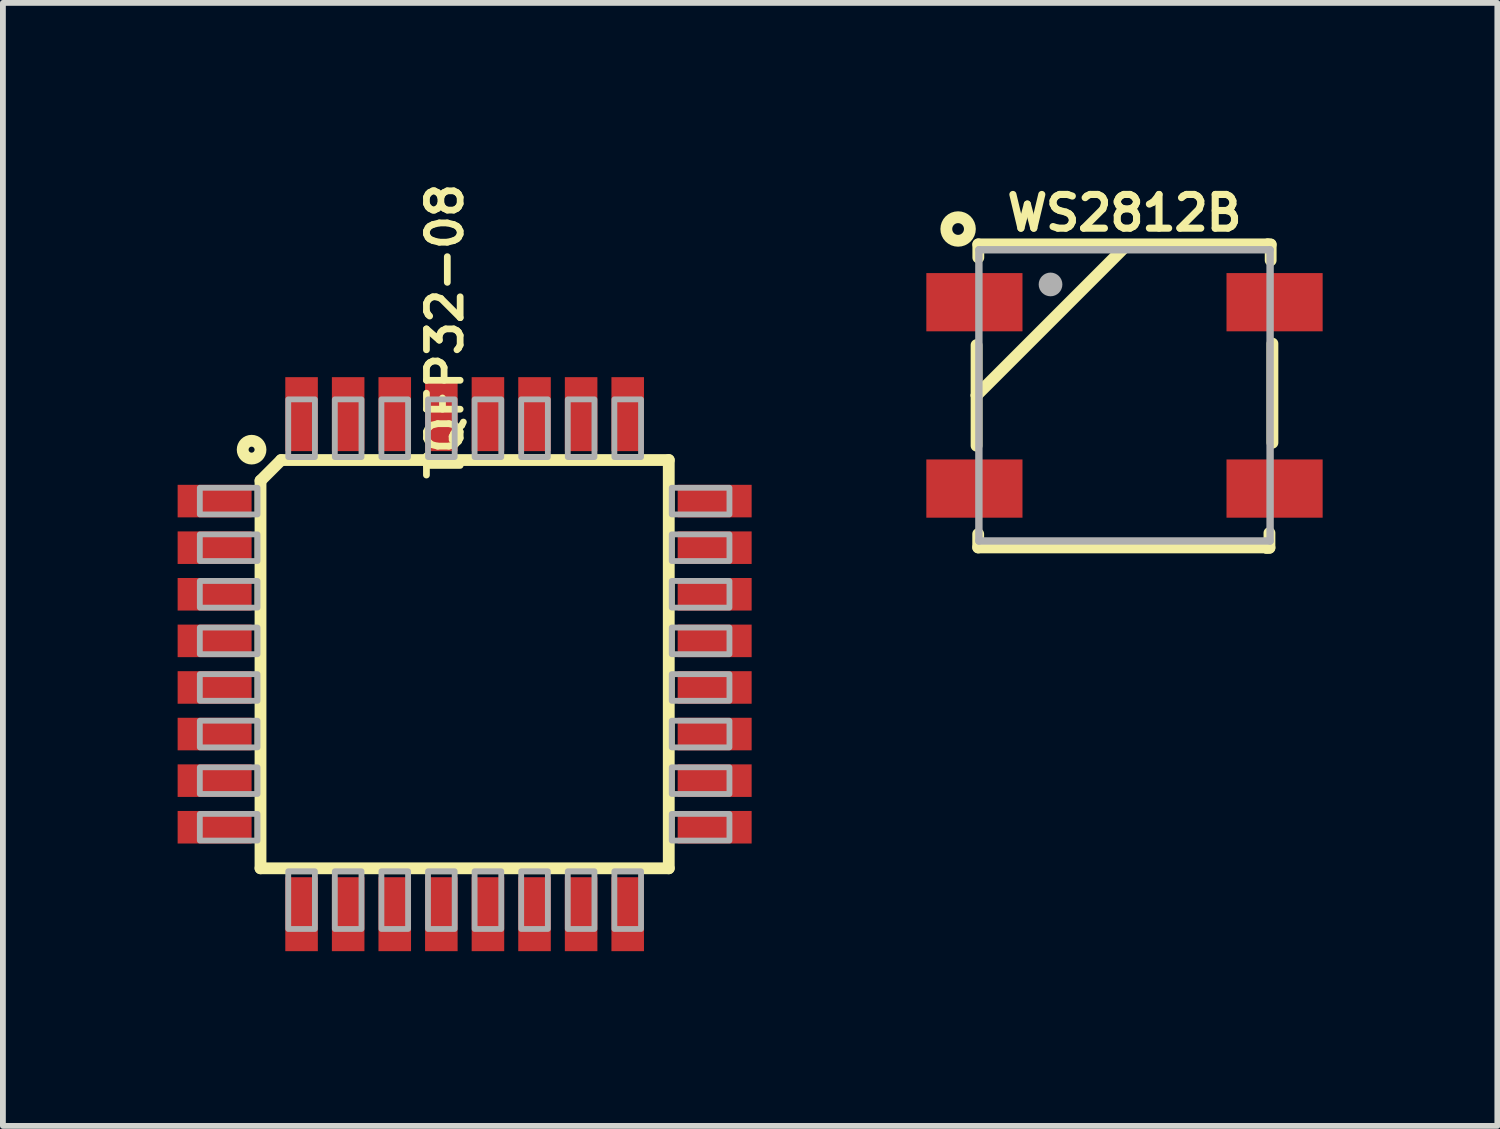
<source format=kicad_pcb>
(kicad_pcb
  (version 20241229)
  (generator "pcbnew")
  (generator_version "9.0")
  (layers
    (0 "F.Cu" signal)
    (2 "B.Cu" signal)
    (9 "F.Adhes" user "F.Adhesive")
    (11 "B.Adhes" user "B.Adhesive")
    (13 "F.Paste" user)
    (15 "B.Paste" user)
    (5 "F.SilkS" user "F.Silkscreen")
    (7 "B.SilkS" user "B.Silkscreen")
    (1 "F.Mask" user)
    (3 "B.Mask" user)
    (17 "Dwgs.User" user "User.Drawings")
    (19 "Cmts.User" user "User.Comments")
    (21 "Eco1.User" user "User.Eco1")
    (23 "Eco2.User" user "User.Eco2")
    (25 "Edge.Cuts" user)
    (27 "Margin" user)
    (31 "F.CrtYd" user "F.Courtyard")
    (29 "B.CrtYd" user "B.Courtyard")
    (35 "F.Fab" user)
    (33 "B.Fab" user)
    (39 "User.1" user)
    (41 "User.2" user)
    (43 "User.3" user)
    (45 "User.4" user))
  (footprint "WS2812B"
    (layer "F.Cu")
    (at 16.258 3.739)
    (property "Reference" "WS2812B" (at 0.000001 -2.794 0) (layer "F.SilkS") (effects (font (size 0.579 0.579) (thickness 0.122)) (justify bottom)))
    (attr through_hole)
    (fp_line (start -2.54 0) (end -2.54 -0.864) (stroke (width 0.203) (type solid)) (layer "F.SilkS"))
    (fp_line (start -2.54 0) (end 0 -2.54) (stroke (width 0.203) (type solid)) (layer "F.SilkS"))
    (fp_line (start -2.54 0.864) (end -2.54 0) (stroke (width 0.203) (type solid)) (layer "F.SilkS"))
    (fp_line (start -2.512 2.611) (end -2.512 2.38) (stroke (width 0.203) (type solid)) (layer "F.SilkS"))
    (fp_line (start -2.51 -2.593) (end -2.51 -2.367) (stroke (width 0.203) (type solid)) (layer "F.SilkS"))
    (fp_line (start 2.438 2.611) (end -2.512 2.611) (stroke (width 0.203) (type solid)) (layer "F.SilkS"))
    (fp_line (start 2.438 2.616) (end 2.438 2.611) (stroke (width 0.203) (type solid)) (layer "F.SilkS"))
    (fp_line (start 2.459 -2.593) (end -2.51 -2.593) (stroke (width 0.203) (type solid)) (layer "F.SilkS"))
    (fp_line (start 2.459 -2.591) (end 2.459 -2.593) (stroke (width 0.203) (type solid)) (layer "F.SilkS"))
    (fp_line (start 2.489 2.362) (end 2.489 2.616) (stroke (width 0.203) (type solid)) (layer "F.SilkS"))
    (fp_line (start 2.489 2.616) (end 2.438 2.616) (stroke (width 0.203) (type solid)) (layer "F.SilkS"))
    (fp_line (start 2.51 -2.591) (end 2.459 -2.591) (stroke (width 0.203) (type solid)) (layer "F.SilkS"))
    (fp_line (start 2.51 -2.319) (end 2.51 -2.591) (stroke (width 0.203) (type solid)) (layer "F.SilkS"))
    (fp_line (start 2.54 -0.889) (end 2.54 0.813) (stroke (width 0.203) (type solid)) (layer "F.SilkS"))
    (fp_circle (center -2.857 -2.857) (end -2.756 -2.857) (stroke (width 0.203) (type solid)) (fill no) (layer "F.SilkS"))
    (fp_line (start -2.5 -2.5) (end -2.5 2.5) (stroke (width 0.127) (type solid)) (layer "F.Fab"))
    (fp_line (start -2.5 2.5) (end 2.5 2.5) (stroke (width 0.127) (type solid)) (layer "F.Fab"))
    (fp_line (start 2.5 -2.5) (end -2.5 -2.5) (stroke (width 0.127) (type solid)) (layer "F.Fab"))
    (fp_line (start 2.5 2.5) (end 2.5 -2.5) (stroke (width 0.127) (type solid)) (layer "F.Fab"))
    (fp_circle (center -1.27 -1.905) (end -1.168 -1.905) (stroke (width 0.203) (type solid)) (fill no) (layer "F.Fab"))
    (pad "1" smd rect (at 2.577 1.6 180) (size 1.651 1) (layers "F.Cu" "F.Mask" "F.Paste"))
    (pad "2" smd rect (at 2.577 -1.6 180) (size 1.651 1) (layers "F.Cu" "F.Mask" "F.Paste"))
    (pad "3" smd rect (at -2.577 -1.6 180) (size 1.651 1) (layers "F.Cu" "F.Mask" "F.Paste"))
    (pad "4" smd rect (at -2.577 1.6 180) (size 1.651 1) (layers "F.Cu" "F.Mask" "F.Paste")))
  (footprint "TQFP32-08"
    (layer "F.Cu")
    (at 4.928 8.354)
    (property "Reference" "TQFP32-08" (at 0.000002 -5.715 270) (layer "F.SilkS") (effects (font (size 0.579 0.579) (thickness 0.116)) (justify bottom)))
    (attr through_hole)
    (fp_line (start -3.505 3.505) (end -3.505 -3.15) (stroke (width 0.203) (type solid)) (layer "F.SilkS"))
    (fp_line (start -3.15 -3.505) (end -3.505 -3.15) (stroke (width 0.203) (type solid)) (layer "F.SilkS"))
    (fp_line (start -3.15 -3.505) (end 3.505 -3.505) (stroke (width 0.203) (type solid)) (layer "F.SilkS"))
    (fp_line (start 3.505 -3.505) (end 3.505 3.505) (stroke (width 0.203) (type solid)) (layer "F.SilkS"))
    (fp_line (start 3.505 3.505) (end -3.505 3.505) (stroke (width 0.203) (type solid)) (layer "F.SilkS"))
    (fp_circle (center -3.658 -3.683) (end -3.505 -3.683) (stroke (width 0.203) (type solid)) (fill no) (layer "F.SilkS"))
    (fp_poly (pts (xy -4.547 -2.571) (xy -3.556 -2.571) (xy -3.556 -3.029) (xy -4.547 -3.029)) (stroke (width 0.1) (type solid)) (fill no) (layer "F.Fab"))
    (fp_poly (pts (xy -4.547 -1.771) (xy -3.556 -1.771) (xy -3.556 -2.229) (xy -4.547 -2.229)) (stroke (width 0.1) (type solid)) (fill no) (layer "F.Fab"))
    (fp_poly (pts (xy -4.547 -0.971) (xy -3.556 -0.971) (xy -3.556 -1.429) (xy -4.547 -1.429)) (stroke (width 0.1) (type solid)) (fill no) (layer "F.Fab"))
    (fp_poly (pts (xy -4.547 -0.171) (xy -3.556 -0.171) (xy -3.556 -0.629) (xy -4.547 -0.629)) (stroke (width 0.1) (type solid)) (fill no) (layer "F.Fab"))
    (fp_poly (pts (xy -4.547 0.629) (xy -3.556 0.629) (xy -3.556 0.171) (xy -4.547 0.171)) (stroke (width 0.1) (type solid)) (fill no) (layer "F.Fab"))
    (fp_poly (pts (xy -4.547 1.429) (xy -3.556 1.429) (xy -3.556 0.971) (xy -4.547 0.971)) (stroke (width 0.1) (type solid)) (fill no) (layer "F.Fab"))
    (fp_poly (pts (xy -4.547 2.229) (xy -3.556 2.229) (xy -3.556 1.771) (xy -4.547 1.771)) (stroke (width 0.1) (type solid)) (fill no) (layer "F.Fab"))
    (fp_poly (pts (xy -4.547 3.029) (xy -3.556 3.029) (xy -3.556 2.571) (xy -4.547 2.571)) (stroke (width 0.1) (type solid)) (fill no) (layer "F.Fab"))
    (fp_poly (pts (xy -3.029 -3.556) (xy -2.571 -3.556) (xy -2.571 -4.547) (xy -3.029 -4.547)) (stroke (width 0.1) (type solid)) (fill no) (layer "F.Fab"))
    (fp_poly (pts (xy -3.029 4.547) (xy -2.571 4.547) (xy -2.571 3.556) (xy -3.029 3.556)) (stroke (width 0.1) (type solid)) (fill no) (layer "F.Fab"))
    (fp_poly (pts (xy -2.229 -3.556) (xy -1.771 -3.556) (xy -1.771 -4.547) (xy -2.229 -4.547)) (stroke (width 0.1) (type solid)) (fill no) (layer "F.Fab"))
    (fp_poly (pts (xy -2.229 4.547) (xy -1.771 4.547) (xy -1.771 3.556) (xy -2.229 3.556)) (stroke (width 0.1) (type solid)) (fill no) (layer "F.Fab"))
    (fp_poly (pts (xy -1.429 -3.556) (xy -0.971 -3.556) (xy -0.971 -4.547) (xy -1.429 -4.547)) (stroke (width 0.1) (type solid)) (fill no) (layer "F.Fab"))
    (fp_poly (pts (xy -1.429 4.547) (xy -0.971 4.547) (xy -0.971 3.556) (xy -1.429 3.556)) (stroke (width 0.1) (type solid)) (fill no) (layer "F.Fab"))
    (fp_poly (pts (xy -0.629 -3.556) (xy -0.171 -3.556) (xy -0.171 -4.547) (xy -0.629 -4.547)) (stroke (width 0.1) (type solid)) (fill no) (layer "F.Fab"))
    (fp_poly (pts (xy -0.629 4.547) (xy -0.171 4.547) (xy -0.171 3.556) (xy -0.629 3.556)) (stroke (width 0.1) (type solid)) (fill no) (layer "F.Fab"))
    (fp_poly (pts (xy 0.171 -3.556) (xy 0.629 -3.556) (xy 0.629 -4.547) (xy 0.171 -4.547)) (stroke (width 0.1) (type solid)) (fill no) (layer "F.Fab"))
    (fp_poly (pts (xy 0.171 4.547) (xy 0.629 4.547) (xy 0.629 3.556) (xy 0.171 3.556)) (stroke (width 0.1) (type solid)) (fill no) (layer "F.Fab"))
    (fp_poly (pts (xy 0.971 -3.556) (xy 1.429 -3.556) (xy 1.429 -4.547) (xy 0.971 -4.547)) (stroke (width 0.1) (type solid)) (fill no) (layer "F.Fab"))
    (fp_poly (pts (xy 0.971 4.547) (xy 1.429 4.547) (xy 1.429 3.556) (xy 0.971 3.556)) (stroke (width 0.1) (type solid)) (fill no) (layer "F.Fab"))
    (fp_poly (pts (xy 1.771 -3.556) (xy 2.229 -3.556) (xy 2.229 -4.547) (xy 1.771 -4.547)) (stroke (width 0.1) (type solid)) (fill no) (layer "F.Fab"))
    (fp_poly (pts (xy 1.771 4.547) (xy 2.229 4.547) (xy 2.229 3.556) (xy 1.771 3.556)) (stroke (width 0.1) (type solid)) (fill no) (layer "F.Fab"))
    (fp_poly (pts (xy 2.571 -3.556) (xy 3.029 -3.556) (xy 3.029 -4.547) (xy 2.571 -4.547)) (stroke (width 0.1) (type solid)) (fill no) (layer "F.Fab"))
    (fp_poly (pts (xy 2.571 4.547) (xy 3.029 4.547) (xy 3.029 3.556) (xy 2.571 3.556)) (stroke (width 0.1) (type solid)) (fill no) (layer "F.Fab"))
    (fp_poly (pts (xy 3.556 -2.571) (xy 4.547 -2.571) (xy 4.547 -3.029) (xy 3.556 -3.029)) (stroke (width 0.1) (type solid)) (fill no) (layer "F.Fab"))
    (fp_poly (pts (xy 3.556 -1.771) (xy 4.547 -1.771) (xy 4.547 -2.229) (xy 3.556 -2.229)) (stroke (width 0.1) (type solid)) (fill no) (layer "F.Fab"))
    (fp_poly (pts (xy 3.556 -0.971) (xy 4.547 -0.971) (xy 4.547 -1.429) (xy 3.556 -1.429)) (stroke (width 0.1) (type solid)) (fill no) (layer "F.Fab"))
    (fp_poly (pts (xy 3.556 -0.171) (xy 4.547 -0.171) (xy 4.547 -0.629) (xy 3.556 -0.629)) (stroke (width 0.1) (type solid)) (fill no) (layer "F.Fab"))
    (fp_poly (pts (xy 3.556 0.629) (xy 4.547 0.629) (xy 4.547 0.171) (xy 3.556 0.171)) (stroke (width 0.1) (type solid)) (fill no) (layer "F.Fab"))
    (fp_poly (pts (xy 3.556 1.429) (xy 4.547 1.429) (xy 4.547 0.971) (xy 3.556 0.971)) (stroke (width 0.1) (type solid)) (fill no) (layer "F.Fab"))
    (fp_poly (pts (xy 3.556 2.229) (xy 4.547 2.229) (xy 4.547 1.771) (xy 3.556 1.771)) (stroke (width 0.1) (type solid)) (fill no) (layer "F.Fab"))
    (fp_poly (pts (xy 3.556 3.029) (xy 4.547 3.029) (xy 4.547 2.571) (xy 3.556 2.571)) (stroke (width 0.1) (type solid)) (fill no) (layer "F.Fab"))
    (pad "1" smd rect (at -4.293 -2.8) (size 1.27 0.559) (layers "F.Cu" "F.Mask" "F.Paste"))
    (pad "2" smd rect (at -4.293 -2) (size 1.27 0.559) (layers "F.Cu" "F.Mask" "F.Paste"))
    (pad "3" smd rect (at -4.293 -1.2) (size 1.27 0.559) (layers "F.Cu" "F.Mask" "F.Paste"))
    (pad "4" smd rect (at -4.293 -0.4) (size 1.27 0.559) (layers "F.Cu" "F.Mask" "F.Paste"))
    (pad "5" smd rect (at -4.293 0.4) (size 1.27 0.559) (layers "F.Cu" "F.Mask" "F.Paste"))
    (pad "6" smd rect (at -4.293 1.2) (size 1.27 0.559) (layers "F.Cu" "F.Mask" "F.Paste"))
    (pad "7" smd rect (at -4.293 2) (size 1.27 0.559) (layers "F.Cu" "F.Mask" "F.Paste"))
    (pad "8" smd rect (at -4.293 2.8) (size 1.27 0.559) (layers "F.Cu" "F.Mask" "F.Paste"))
    (pad "9" smd rect (at -2.8 4.293) (size 0.559 1.27) (layers "F.Cu" "F.Mask" "F.Paste"))
    (pad "10" smd rect (at -2 4.293) (size 0.559 1.27) (layers "F.Cu" "F.Mask" "F.Paste"))
    (pad "11" smd rect (at -1.2 4.293) (size 0.559 1.27) (layers "F.Cu" "F.Mask" "F.Paste"))
    (pad "12" smd rect (at -0.4 4.293) (size 0.559 1.27) (layers "F.Cu" "F.Mask" "F.Paste"))
    (pad "13" smd rect (at 0.4 4.293) (size 0.559 1.27) (layers "F.Cu" "F.Mask" "F.Paste"))
    (pad "14" smd rect (at 1.2 4.293) (size 0.559 1.27) (layers "F.Cu" "F.Mask" "F.Paste"))
    (pad "15" smd rect (at 2 4.293) (size 0.559 1.27) (layers "F.Cu" "F.Mask" "F.Paste"))
    (pad "16" smd rect (at 2.8 4.293) (size 0.559 1.27) (layers "F.Cu" "F.Mask" "F.Paste"))
    (pad "17" smd rect (at 4.293 2.8) (size 1.27 0.559) (layers "F.Cu" "F.Mask" "F.Paste"))
    (pad "18" smd rect (at 4.293 2) (size 1.27 0.559) (layers "F.Cu" "F.Mask" "F.Paste"))
    (pad "19" smd rect (at 4.293 1.2) (size 1.27 0.559) (layers "F.Cu" "F.Mask" "F.Paste"))
    (pad "20" smd rect (at 4.293 0.4) (size 1.27 0.559) (layers "F.Cu" "F.Mask" "F.Paste"))
    (pad "21" smd rect (at 4.293 -0.4) (size 1.27 0.559) (layers "F.Cu" "F.Mask" "F.Paste"))
    (pad "22" smd rect (at 4.293 -1.2) (size 1.27 0.559) (layers "F.Cu" "F.Mask" "F.Paste"))
    (pad "23" smd rect (at 4.293 -2) (size 1.27 0.559) (layers "F.Cu" "F.Mask" "F.Paste"))
    (pad "24" smd rect (at 4.293 -2.8) (size 1.27 0.559) (layers "F.Cu" "F.Mask" "F.Paste"))
    (pad "25" smd rect (at 2.8 -4.293) (size 0.559 1.27) (layers "F.Cu" "F.Mask" "F.Paste"))
    (pad "26" smd rect (at 2 -4.293) (size 0.559 1.27) (layers "F.Cu" "F.Mask" "F.Paste"))
    (pad "27" smd rect (at 1.2 -4.293) (size 0.559 1.27) (layers "F.Cu" "F.Mask" "F.Paste"))
    (pad "28" smd rect (at 0.4 -4.293) (size 0.559 1.27) (layers "F.Cu" "F.Mask" "F.Paste"))
    (pad "29" smd rect (at -0.4 -4.293) (size 0.559 1.27) (layers "F.Cu" "F.Mask" "F.Paste"))
    (pad "30" smd rect (at -1.2 -4.293) (size 0.559 1.27) (layers "F.Cu" "F.Mask" "F.Paste"))
    (pad "31" smd rect (at -2 -4.293) (size 0.559 1.27) (layers "F.Cu" "F.Mask" "F.Paste"))
    (pad "32" smd rect (at -2.8 -4.293) (size 0.559 1.27) (layers "F.Cu" "F.Mask" "F.Paste")))
  (gr_rect
    (start -3 -3)
    (end 22.66 16.282)
    (stroke (width 0.1) (type default))
    (fill no)
    (layer "Edge.Cuts")))
</source>
